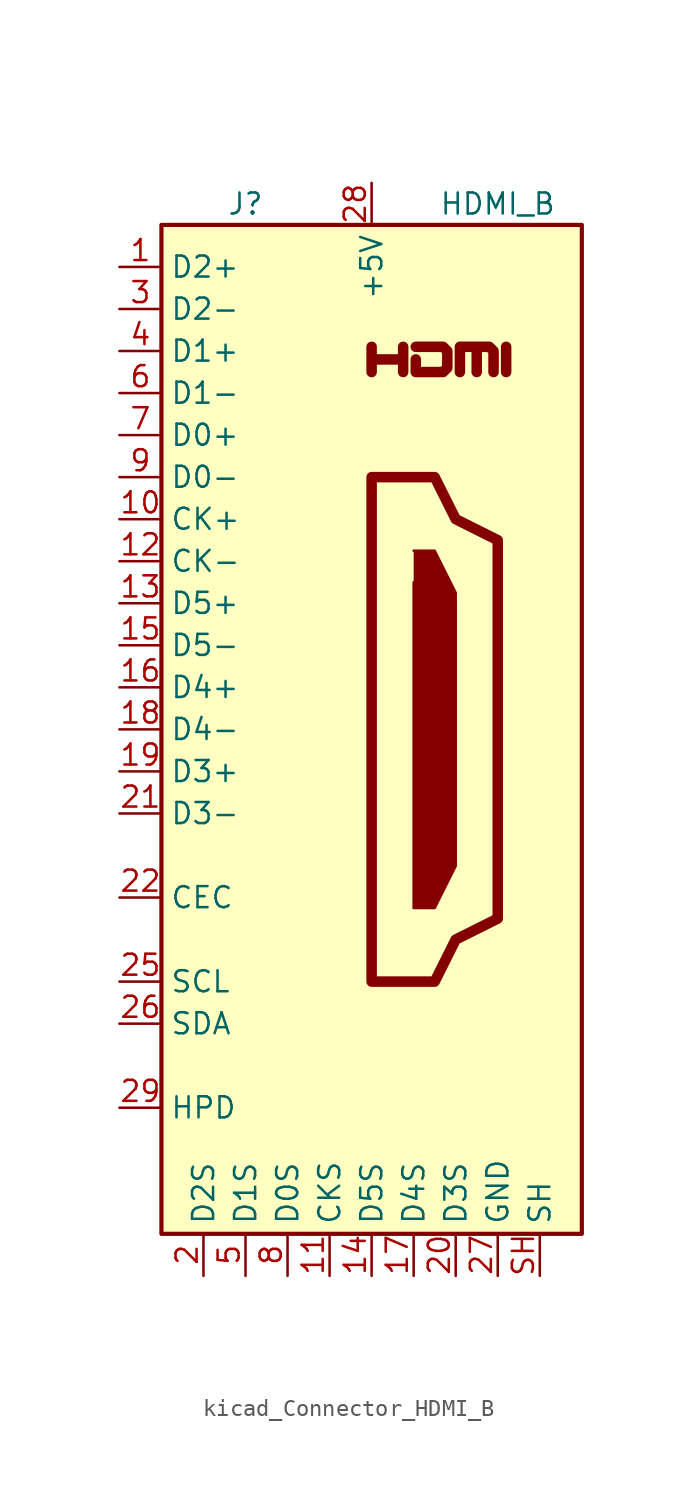
<source format=kicad_sym>
(kicad_symbol_lib
  (version 20220914)
  (generator kicad_symbol_editor)
  (symbol "kicad_Connector_HDMI_B"
    (property "Reference" "J"
      (at -7.62 31.75 0)
      (effects (font (size 1.27 1.27))))
    (property "Value" "HDMI_B"
      (at 7.62 31.75 0)
      (effects (font (size 1.27 1.27))))
    (symbol "kicad_Connector_HDMI_B_0_0"
      (polyline (pts (xy 8.128 21.59) (xy 8.128 23.114)) (stroke (width 0.635) (type default)) (fill (type none)))
      (polyline (pts (xy 0 21.59) (xy 0 23.114) (xy 0 22.352) (xy 1.905 22.352) (xy 1.905 23.114) (xy 1.905 21.59)) (stroke (width 0.635) (type default)) (fill (type none)))
      (polyline (pts (xy 2.667 23.114) (xy 4.318 23.114) (xy 4.572 22.86) (xy 4.572 21.844) (xy 4.318 21.59) (xy 2.667 21.59) (xy 2.667 22.352)) (stroke (width 0.635) (type default)) (fill (type none))))
    (symbol "kicad_Connector_HDMI_B_0_1"
      (rectangle (start -12.7 30.48) (end 12.7 -30.48) (stroke (width 0.254) (type default)) (fill (type background)))
      (polyline (pts (xy 2.54 10.795) (xy 3.81 10.795) (xy 5.08 8.255) (xy 5.08 -8.255) (xy 3.81 -10.795) (xy 2.54 -10.795) (xy 2.54 8.89)) (stroke (width 0) (type default)) (fill (type outline)))
      (polyline (pts (xy 5.334 21.59) (xy 5.334 23.114) (xy 6.35 23.114) (xy 6.35 21.59) (xy 6.35 23.114) (xy 7.112 23.114) (xy 7.366 22.86) (xy 7.366 21.59)) (stroke (width 0.635) (type default)) (fill (type none)))
      (polyline (pts (xy 0 15.24) (xy 0 -15.24) (xy 3.81 -15.24) (xy 5.08 -12.7) (xy 7.62 -11.43) (xy 7.62 11.43) (xy 5.08 12.7) (xy 3.81 15.24) (xy 0 15.24)) (stroke (width 0.635) (type default)) (fill (type none))))
    (symbol "kicad_Connector_HDMI_B_1_1"
      (pin passive line (at -15.24 27.94 0) (length 2.54) (name "D2+" (effects (font (size 1.27 1.27)))) (number "1" (effects (font (size 1.27 1.27)))))
      (pin passive line (at -15.24 12.7 0) (length 2.54) (name "CK+" (effects (font (size 1.27 1.27)))) (number "10" (effects (font (size 1.27 1.27)))))
      (pin power_in line (at -2.54 -33.02 90) (length 2.54) (name "CKS" (effects (font (size 1.27 1.27)))) (number "11" (effects (font (size 1.27 1.27)))))
      (pin passive line (at -15.24 10.16 0) (length 2.54) (name "CK-" (effects (font (size 1.27 1.27)))) (number "12" (effects (font (size 1.27 1.27)))))
      (pin passive line (at -15.24 7.62 0) (length 2.54) (name "D5+" (effects (font (size 1.27 1.27)))) (number "13" (effects (font (size 1.27 1.27)))))
      (pin power_in line (at 0 -33.02 90) (length 2.54) (name "D5S" (effects (font (size 1.27 1.27)))) (number "14" (effects (font (size 1.27 1.27)))))
      (pin passive line (at -15.24 5.08 0) (length 2.54) (name "D5-" (effects (font (size 1.27 1.27)))) (number "15" (effects (font (size 1.27 1.27)))))
      (pin passive line (at -15.24 2.54 0) (length 2.54) (name "D4+" (effects (font (size 1.27 1.27)))) (number "16" (effects (font (size 1.27 1.27)))))
      (pin power_in line (at 2.54 -33.02 90) (length 2.54) (name "D4S" (effects (font (size 1.27 1.27)))) (number "17" (effects (font (size 1.27 1.27)))))
      (pin passive line (at -15.24 0 0) (length 2.54) (name "D4-" (effects (font (size 1.27 1.27)))) (number "18" (effects (font (size 1.27 1.27)))))
      (pin passive line (at -15.24 -2.54 0) (length 2.54) (name "D3+" (effects (font (size 1.27 1.27)))) (number "19" (effects (font (size 1.27 1.27)))))
      (pin power_in line (at -10.16 -33.02 90) (length 2.54) (name "D2S" (effects (font (size 1.27 1.27)))) (number "2" (effects (font (size 1.27 1.27)))))
      (pin power_in line (at 5.08 -33.02 90) (length 2.54) (name "D3S" (effects (font (size 1.27 1.27)))) (number "20" (effects (font (size 1.27 1.27)))))
      (pin passive line (at -15.24 -5.08 0) (length 2.54) (name "D3-" (effects (font (size 1.27 1.27)))) (number "21" (effects (font (size 1.27 1.27)))))
      (pin bidirectional line (at -15.24 -10.16 0) (length 2.54) (name "CEC" (effects (font (size 1.27 1.27)))) (number "22" (effects (font (size 1.27 1.27)))))
      (pin no_connect line (at -12.7 -12.7 0) (length 2.54) hide (name "NC" (effects (font (size 1.27 1.27)))) (number "23" (effects (font (size 1.27 1.27)))))
      (pin no_connect line (at -12.7 -20.32 0) (length 2.54) hide (name "NC" (effects (font (size 1.27 1.27)))) (number "24" (effects (font (size 1.27 1.27)))))
      (pin passive line (at -15.24 -15.24 0) (length 2.54) (name "SCL" (effects (font (size 1.27 1.27)))) (number "25" (effects (font (size 1.27 1.27)))))
      (pin bidirectional line (at -15.24 -17.78 0) (length 2.54) (name "SDA" (effects (font (size 1.27 1.27)))) (number "26" (effects (font (size 1.27 1.27)))))
      (pin power_in line (at 7.62 -33.02 90) (length 2.54) (name "GND" (effects (font (size 1.27 1.27)))) (number "27" (effects (font (size 1.27 1.27)))))
      (pin power_in line (at 0 33.02 270) (length 2.54) (name "+5V" (effects (font (size 1.27 1.27)))) (number "28" (effects (font (size 1.27 1.27)))))
      (pin passive line (at -15.24 -22.86 0) (length 2.54) (name "HPD" (effects (font (size 1.27 1.27)))) (number "29" (effects (font (size 1.27 1.27)))))
      (pin passive line (at -15.24 25.4 0) (length 2.54) (name "D2-" (effects (font (size 1.27 1.27)))) (number "3" (effects (font (size 1.27 1.27)))))
      (pin passive line (at -15.24 22.86 0) (length 2.54) (name "D1+" (effects (font (size 1.27 1.27)))) (number "4" (effects (font (size 1.27 1.27)))))
      (pin power_in line (at -7.62 -33.02 90) (length 2.54) (name "D1S" (effects (font (size 1.27 1.27)))) (number "5" (effects (font (size 1.27 1.27)))))
      (pin passive line (at -15.24 20.32 0) (length 2.54) (name "D1-" (effects (font (size 1.27 1.27)))) (number "6" (effects (font (size 1.27 1.27)))))
      (pin passive line (at -15.24 17.78 0) (length 2.54) (name "D0+" (effects (font (size 1.27 1.27)))) (number "7" (effects (font (size 1.27 1.27)))))
      (pin power_in line (at -5.08 -33.02 90) (length 2.54) (name "D0S" (effects (font (size 1.27 1.27)))) (number "8" (effects (font (size 1.27 1.27)))))
      (pin passive line (at -15.24 15.24 0) (length 2.54) (name "D0-" (effects (font (size 1.27 1.27)))) (number "9" (effects (font (size 1.27 1.27)))))
      (pin passive line (at 10.16 -33.02 90) (length 2.54) (name "SH" (effects (font (size 1.27 1.27)))) (number "SH" (effects (font (size 1.27 1.27))))))))
</source>
